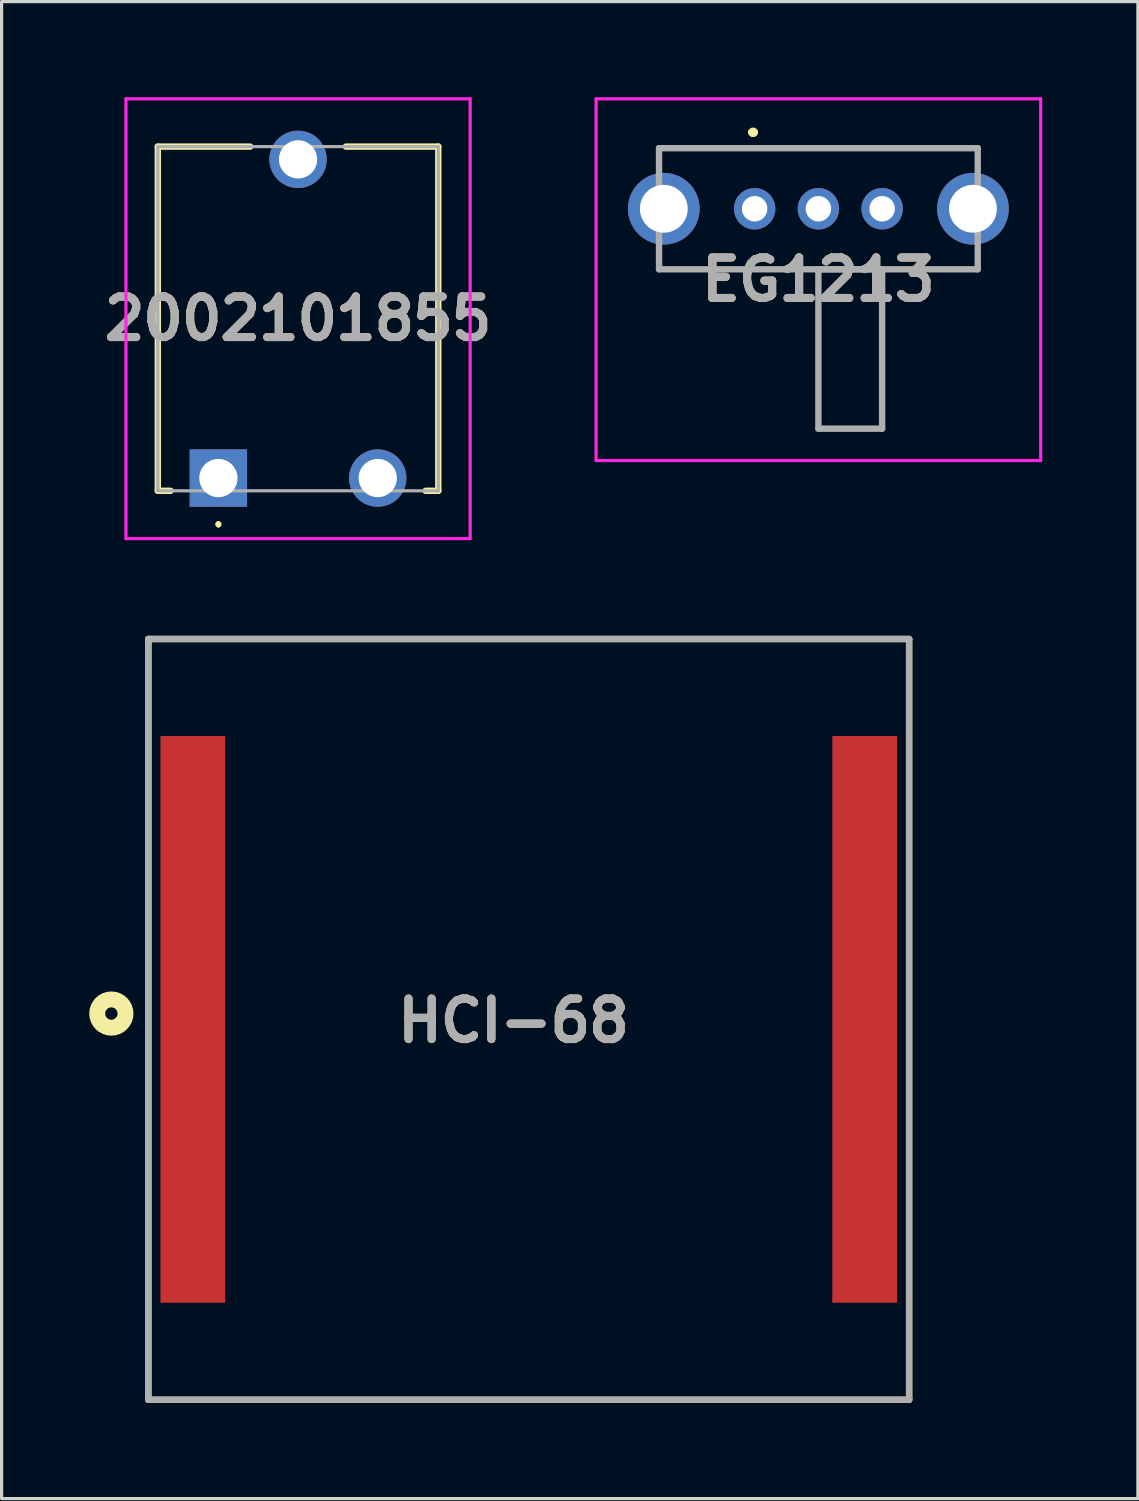
<source format=kicad_pcb>
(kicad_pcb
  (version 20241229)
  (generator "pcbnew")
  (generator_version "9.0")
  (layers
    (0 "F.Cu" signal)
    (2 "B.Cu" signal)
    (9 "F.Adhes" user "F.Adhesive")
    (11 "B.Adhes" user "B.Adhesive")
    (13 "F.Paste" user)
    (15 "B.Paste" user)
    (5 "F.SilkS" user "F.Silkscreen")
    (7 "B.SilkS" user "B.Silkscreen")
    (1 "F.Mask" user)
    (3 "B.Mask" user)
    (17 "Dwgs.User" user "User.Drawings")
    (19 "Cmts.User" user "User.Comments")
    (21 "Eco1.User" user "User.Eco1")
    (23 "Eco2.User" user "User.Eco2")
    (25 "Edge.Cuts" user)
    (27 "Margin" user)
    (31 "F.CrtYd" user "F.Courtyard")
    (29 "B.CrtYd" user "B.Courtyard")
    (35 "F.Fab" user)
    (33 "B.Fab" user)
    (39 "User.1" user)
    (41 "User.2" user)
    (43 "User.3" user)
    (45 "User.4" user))
  (footprint "EG1213"
    (layer "F.Cu")
    (at 20.628 3.5)
    (property "Reference" "EG1213" (at 2 2.225 0) (layer "F.SilkS") (effects (font (size 1.27 1.27) (thickness 0.254))))
    (attr through_hole)
    (fp_line (start -3 -1.9) (end -3 -1.9) (stroke (width 0.1) (type solid)) (layer "F.SilkS"))
    (fp_line (start -3 -1.9) (end 6.85 -1.9) (stroke (width 0.1) (type solid)) (layer "F.SilkS"))
    (fp_line (start -3 1.9) (end -3 1.9) (stroke (width 0.1) (type solid)) (layer "F.SilkS"))
    (fp_line (start -3 1.9) (end 7 1.9) (stroke (width 0.1) (type solid)) (layer "F.SilkS"))
    (fp_line (start -0.1 -2.4) (end -0.1 -2.4) (stroke (width 0.2) (type solid)) (layer "F.SilkS"))
    (fp_line (start -0.1 -2.4) (end -0.1 -2.4) (stroke (width 0.2) (type solid)) (layer "F.SilkS"))
    (fp_line (start 0 -2.4) (end 0 -2.4) (stroke (width 0.2) (type solid)) (layer "F.SilkS"))
    (fp_line (start 6.85 -1.9) (end -3 -1.9) (stroke (width 0.1) (type solid)) (layer "F.SilkS"))
    (fp_line (start 6.85 -1.9) (end 6.85 -1.9) (stroke (width 0.1) (type solid)) (layer "F.SilkS"))
    (fp_line (start 7 1.9) (end -3 1.9) (stroke (width 0.1) (type solid)) (layer "F.SilkS"))
    (fp_line (start 7 1.9) (end 7 1.9) (stroke (width 0.1) (type solid)) (layer "F.SilkS"))
    (fp_arc (start -0.1 -2.4) (mid -0.05 -2.45) (end 0 -2.4) (stroke (width 0.2) (type solid)) (layer "F.SilkS"))
    (fp_arc (start 0 -2.4) (mid -0.05 -2.35) (end -0.1 -2.4) (stroke (width 0.2) (type solid)) (layer "F.SilkS"))
    (fp_arc (start 0 -2.4) (mid -0.05 -2.35) (end -0.1 -2.4) (stroke (width 0.2) (type solid)) (layer "F.SilkS"))
    (fp_line (start -4.975 -3.45) (end 8.975 -3.45) (stroke (width 0.1) (type solid)) (layer "F.CrtYd"))
    (fp_line (start -4.975 7.9) (end -4.975 -3.45) (stroke (width 0.1) (type solid)) (layer "F.CrtYd"))
    (fp_line (start 8.975 -3.45) (end 8.975 7.9) (stroke (width 0.1) (type solid)) (layer "F.CrtYd"))
    (fp_line (start 8.975 7.9) (end -4.975 7.9) (stroke (width 0.1) (type solid)) (layer "F.CrtYd"))
    (fp_line (start -3 -1.9) (end -3 1.9) (stroke (width 0.2) (type solid)) (layer "F.Fab"))
    (fp_line (start -3 1.9) (end 7 1.9) (stroke (width 0.2) (type solid)) (layer "F.Fab"))
    (fp_line (start 2 1.9) (end 4 1.9) (stroke (width 0.2) (type solid)) (layer "F.Fab"))
    (fp_line (start 2 6.9) (end 2 1.9) (stroke (width 0.2) (type solid)) (layer "F.Fab"))
    (fp_line (start 4 1.9) (end 4 6.9) (stroke (width 0.2) (type solid)) (layer "F.Fab"))
    (fp_line (start 4 6.9) (end 2 6.9) (stroke (width 0.2) (type solid)) (layer "F.Fab"))
    (fp_line (start 7 -1.9) (end -3 -1.9) (stroke (width 0.2) (type solid)) (layer "F.Fab"))
    (fp_line (start 7 1.9) (end 7 -1.9) (stroke (width 0.2) (type solid)) (layer "F.Fab"))
    (fp_text user "${REFERENCE}" (at 2 2.225 0) (layer "F.Fab") (effects (font (size 1.27 1.27) (thickness 0.254))))
    (pad "1" thru_hole circle (at 0 0) (size 1.3 1.3) (drill 0.8) (layers "*.Cu" "*.Mask"))
    (pad "2" thru_hole circle (at 2 0) (size 1.3 1.3) (drill 0.8) (layers "*.Cu" "*.Mask"))
    (pad "3" thru_hole circle (at 4 0) (size 1.3 1.3) (drill 0.8) (layers "*.Cu" "*.Mask"))
    (pad "MH1" thru_hole circle (at -2.85 0) (size 2.25 2.25) (drill 1.5) (layers "*.Cu" "*.Mask"))
    (pad "MH2" thru_hole circle (at 6.85 0) (size 2.25 2.25) (drill 1.5) (layers "*.Cu" "*.Mask")))
  (footprint "HCI-68"
    (layer "F.Cu")
    (at 13.54 28.935)
    (property "Reference" "HCI-68" (at -0.477 0.042 0) (layer "F.SilkS") (effects (font (size 1.27 1.27) (thickness 0.254))))
    (attr smd)
    (fp_line (start -11.935 -11.935) (end 11.935 -11.935) (stroke (width 0.2) (type solid)) (layer "F.SilkS"))
    (fp_line (start -11.935 11.935) (end -11.935 -11.935) (stroke (width 0.2) (type solid)) (layer "F.SilkS"))
    (fp_line (start 11.935 -11.935) (end 11.935 11.935) (stroke (width 0.2) (type solid)) (layer "F.SilkS"))
    (fp_line (start 11.935 11.935) (end -11.935 11.935) (stroke (width 0.2) (type solid)) (layer "F.SilkS"))
    (fp_circle (center -13.096 -0.183) (end -13.096 0.011) (stroke (width 0.5) (type solid)) (fill no) (layer "F.SilkS"))
    (fp_line (start -11.935 -11.935) (end 11.935 -11.935) (stroke (width 0.2) (type solid)) (layer "F.Fab"))
    (fp_line (start -11.935 11.935) (end -11.935 -11.935) (stroke (width 0.2) (type solid)) (layer "F.Fab"))
    (fp_line (start 11.935 -11.935) (end 11.935 11.935) (stroke (width 0.2) (type solid)) (layer "F.Fab"))
    (fp_line (start 11.935 11.935) (end -11.935 11.935) (stroke (width 0.2) (type solid)) (layer "F.Fab"))
    (fp_text user "${REFERENCE}" (at -0.477 0.042 0) (layer "F.Fab") (effects (font (size 1.27 1.27) (thickness 0.254))))
    (pad "1" smd rect (at -10.54 0) (size 2.03 17.78) (layers "F.Cu" "F.Mask" "F.Paste"))
    (pad "2" smd rect (at 10.54 0) (size 2.03 17.78) (layers "F.Cu" "F.Mask" "F.Paste")))
  (footprint "2002101855"
    (layer "F.Cu")
    (at 3.802 11.95)
    (property "Reference" "2002101855" (at 2.5 -5 0) (layer "F.SilkS") (effects (font (size 1.27 1.27) (thickness 0.254))))
    (attr through_hole)
    (fp_line (start -1.9 -10.4) (end 1 -10.4) (stroke (width 0.2) (type solid)) (layer "F.SilkS"))
    (fp_line (start -1.9 0.4) (end -1.9 -10.4) (stroke (width 0.2) (type solid)) (layer "F.SilkS"))
    (fp_line (start -1.5 0.4) (end -1.9 0.4) (stroke (width 0.2) (type solid)) (layer "F.SilkS"))
    (fp_line (start 0 1.4) (end 0 1.4) (stroke (width 0.1) (type solid)) (layer "F.SilkS"))
    (fp_line (start 0 1.5) (end 0 1.5) (stroke (width 0.1) (type solid)) (layer "F.SilkS"))
    (fp_line (start 4 -10.4) (end 6.9 -10.4) (stroke (width 0.2) (type solid)) (layer "F.SilkS"))
    (fp_line (start 6.9 -10.4) (end 6.9 0.4) (stroke (width 0.2) (type solid)) (layer "F.SilkS"))
    (fp_line (start 6.9 0.4) (end 6.5 0.4) (stroke (width 0.2) (type solid)) (layer "F.SilkS"))
    (fp_arc (start 0 1.4) (mid 0.05 1.45) (end 0 1.5) (stroke (width 0.1) (type solid)) (layer "F.SilkS"))
    (fp_arc (start 0 1.5) (mid -0.05 1.45) (end 0 1.4) (stroke (width 0.1) (type solid)) (layer "F.SilkS"))
    (fp_line (start -2.9 -11.9) (end 7.9 -11.9) (stroke (width 0.1) (type solid)) (layer "F.CrtYd"))
    (fp_line (start -2.9 1.9) (end -2.9 -11.9) (stroke (width 0.1) (type solid)) (layer "F.CrtYd"))
    (fp_line (start 7.9 -11.9) (end 7.9 1.9) (stroke (width 0.1) (type solid)) (layer "F.CrtYd"))
    (fp_line (start 7.9 1.9) (end -2.9 1.9) (stroke (width 0.1) (type solid)) (layer "F.CrtYd"))
    (fp_line (start -1.9 -10.4) (end -1.9 0.4) (stroke (width 0.1) (type solid)) (layer "F.Fab"))
    (fp_line (start -1.9 0.4) (end 6.9 0.4) (stroke (width 0.1) (type solid)) (layer "F.Fab"))
    (fp_line (start 6.9 -10.4) (end -1.9 -10.4) (stroke (width 0.1) (type solid)) (layer "F.Fab"))
    (fp_line (start 6.9 0.4) (end 6.9 -10.4) (stroke (width 0.1) (type solid)) (layer "F.Fab"))
    (fp_text user "${REFERENCE}" (at 2.5 -5 0) (layer "F.Fab") (effects (font (size 1.27 1.27) (thickness 0.254))))
    (pad "1" thru_hole rect (at 0 0) (size 1.8 1.8) (drill 1.2) (layers "*.Cu" "*.Mask"))
    (pad "2" thru_hole circle (at 2.5 -10) (size 1.8 1.8) (drill 1.2) (layers "*.Cu" "*.Mask"))
    (pad "3" thru_hole circle (at 5 0) (size 1.8 1.8) (drill 1.2) (layers "*.Cu" "*.Mask")))
  (gr_rect
    (start -3 -3)
    (end 32.653 43.97)
    (stroke (width 0.1) (type default))
    (fill no)
    (layer "Edge.Cuts")))
</source>
